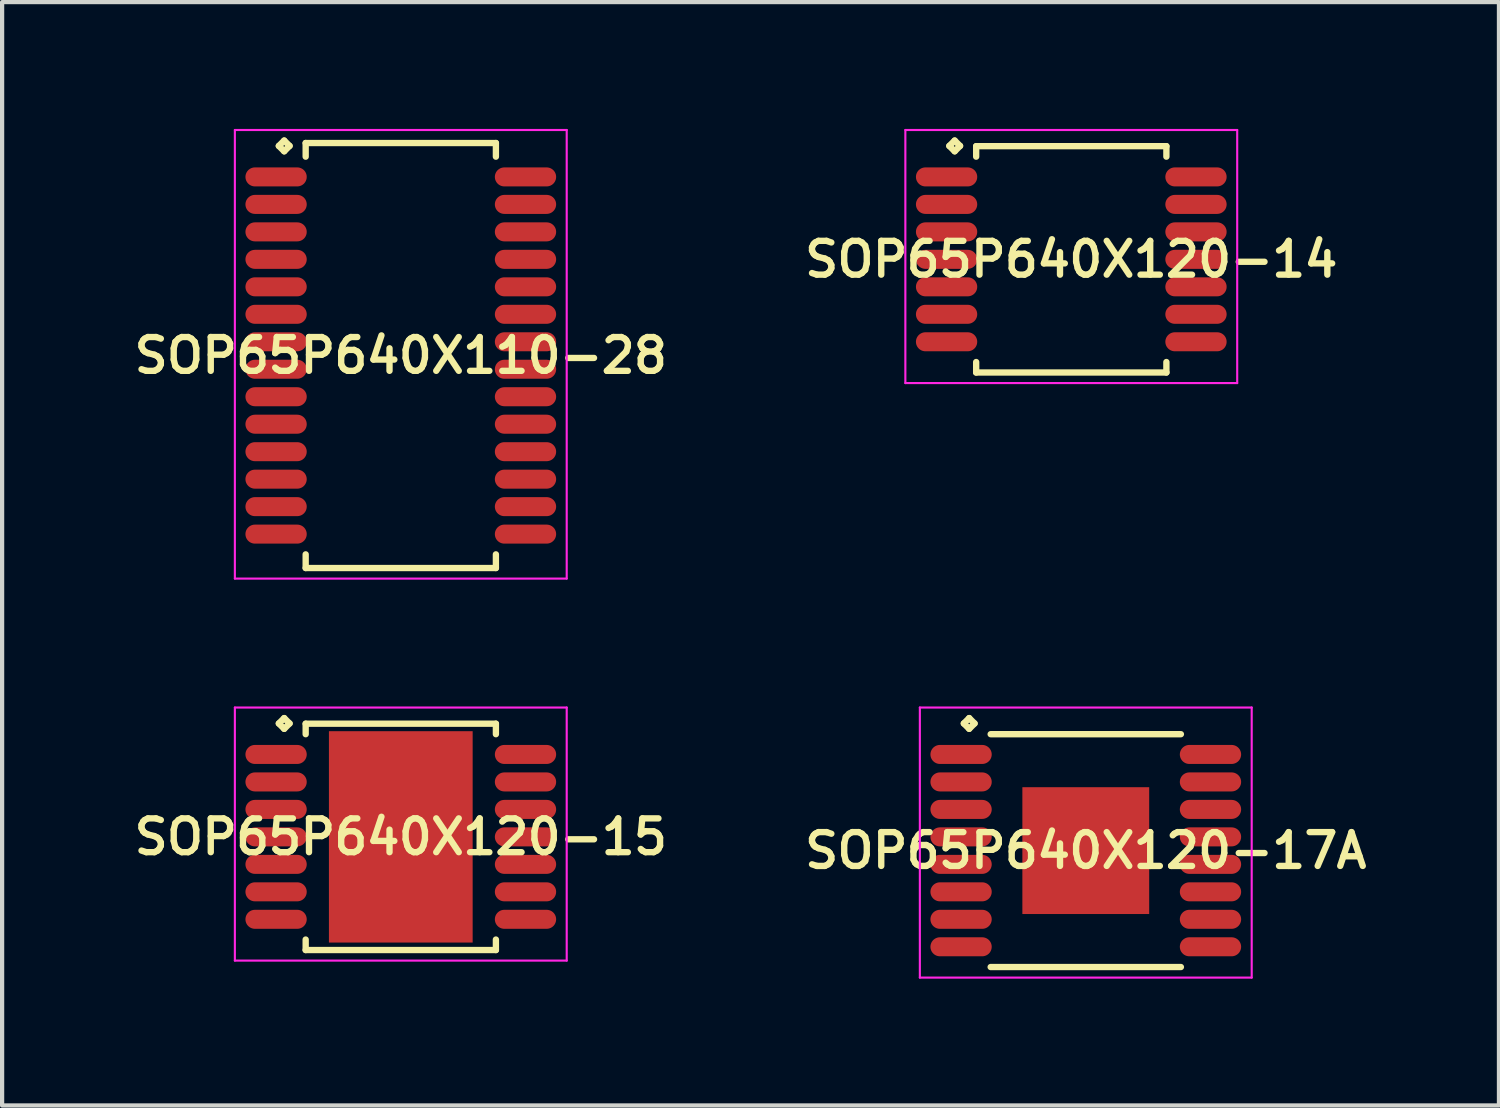
<source format=kicad_pcb>
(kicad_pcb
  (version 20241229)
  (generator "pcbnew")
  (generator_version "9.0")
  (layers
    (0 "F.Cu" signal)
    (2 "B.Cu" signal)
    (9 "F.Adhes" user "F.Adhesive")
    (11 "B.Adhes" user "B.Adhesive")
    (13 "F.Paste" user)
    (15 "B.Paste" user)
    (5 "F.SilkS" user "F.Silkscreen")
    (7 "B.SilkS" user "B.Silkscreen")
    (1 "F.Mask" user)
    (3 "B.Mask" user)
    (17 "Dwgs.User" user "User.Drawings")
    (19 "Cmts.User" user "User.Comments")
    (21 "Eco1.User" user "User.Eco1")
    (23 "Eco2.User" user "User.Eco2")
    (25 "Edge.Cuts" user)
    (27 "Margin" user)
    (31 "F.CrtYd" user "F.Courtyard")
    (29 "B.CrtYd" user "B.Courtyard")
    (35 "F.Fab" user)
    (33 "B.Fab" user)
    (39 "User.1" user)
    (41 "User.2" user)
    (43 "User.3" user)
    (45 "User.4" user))
  (footprint "SOP65P640X120-15"
    (layer "F.Cu")
    (at 6.431 16.747)
    (property "Reference" "SOP65P640X120-15" (at 0 0 0) (layer "F.SilkS") (effects (font (size 0.8 0.8) (thickness 0.15))))
    (attr smd)
    (fp_line (start -2.885 -2.683) (end -2.758 -2.81) (stroke (width 0.15) (type solid)) (layer "F.SilkS"))
    (fp_line (start -2.758 -2.81) (end -2.631 -2.683) (stroke (width 0.15) (type solid)) (layer "F.SilkS"))
    (fp_line (start -2.758 -2.556) (end -2.885 -2.683) (stroke (width 0.15) (type solid)) (layer "F.SilkS"))
    (fp_line (start -2.631 -2.683) (end -2.758 -2.556) (stroke (width 0.15) (type solid)) (layer "F.SilkS"))
    (fp_line (start -2.25 -2.677) (end 2.25 -2.677) (stroke (width 0.15) (type solid)) (layer "F.SilkS"))
    (fp_line (start -2.25 -2.429) (end -2.25 -2.677) (stroke (width 0.15) (type solid)) (layer "F.SilkS"))
    (fp_line (start -2.25 2.429) (end -2.25 2.677) (stroke (width 0.15) (type solid)) (layer "F.SilkS"))
    (fp_line (start -2.25 2.677) (end 2.25 2.677) (stroke (width 0.15) (type solid)) (layer "F.SilkS"))
    (fp_line (start 2.25 -2.677) (end 2.25 -2.429) (stroke (width 0.15) (type solid)) (layer "F.SilkS"))
    (fp_line (start 2.25 2.677) (end 2.25 2.429) (stroke (width 0.15) (type solid)) (layer "F.SilkS"))
    (fp_line (start -3.925 -3.06) (end 3.925 -3.06) (stroke (width 0.05) (type solid)) (layer "F.CrtYd"))
    (fp_line (start -3.925 2.927) (end -3.925 -3.06) (stroke (width 0.05) (type solid)) (layer "F.CrtYd"))
    (fp_line (start 3.925 -3.06) (end 3.925 2.927) (stroke (width 0.05) (type solid)) (layer "F.CrtYd"))
    (fp_line (start 3.925 2.927) (end -3.925 2.927) (stroke (width 0.05) (type solid)) (layer "F.CrtYd"))
    (pad "1" smd oval (at -2.95 -1.95) (size 1.45 0.45) (layers "F.Cu" "F.Mask" "F.Paste"))
    (pad "2" smd oval (at -2.95 -1.3) (size 1.45 0.45) (layers "F.Cu" "F.Mask" "F.Paste"))
    (pad "3" smd oval (at -2.95 -0.65) (size 1.45 0.45) (layers "F.Cu" "F.Mask" "F.Paste"))
    (pad "4" smd oval (at -2.95 0) (size 1.45 0.45) (layers "F.Cu" "F.Mask" "F.Paste"))
    (pad "5" smd oval (at -2.95 0.65) (size 1.45 0.45) (layers "F.Cu" "F.Mask" "F.Paste"))
    (pad "6" smd oval (at -2.95 1.3) (size 1.45 0.45) (layers "F.Cu" "F.Mask" "F.Paste"))
    (pad "7" smd oval (at -2.95 1.95) (size 1.45 0.45) (layers "F.Cu" "F.Mask" "F.Paste"))
    (pad "8" smd oval (at 2.95 1.95) (size 1.45 0.45) (layers "F.Cu" "F.Mask" "F.Paste"))
    (pad "9" smd oval (at 2.95 1.3) (size 1.45 0.45) (layers "F.Cu" "F.Mask" "F.Paste"))
    (pad "10" smd oval (at 2.95 0.65) (size 1.45 0.45) (layers "F.Cu" "F.Mask" "F.Paste"))
    (pad "11" smd oval (at 2.95 0) (size 1.45 0.45) (layers "F.Cu" "F.Mask" "F.Paste"))
    (pad "12" smd oval (at 2.95 -0.65) (size 1.45 0.45) (layers "F.Cu" "F.Mask" "F.Paste"))
    (pad "13" smd oval (at 2.95 -1.3) (size 1.45 0.45) (layers "F.Cu" "F.Mask" "F.Paste"))
    (pad "14" smd oval (at 2.95 -1.95) (size 1.45 0.45) (layers "F.Cu" "F.Mask" "F.Paste"))
    (pad "15" smd rect (at 0 0) (size 3.4 5) (layers "F.Cu" "F.Mask" "F.Paste")))
  (footprint "SOP65P640X120-17A"
    (layer "F.Cu")
    (at 22.635 17.072)
    (property "Reference" "SOP65P640X120-17A" (at 0 0 0) (layer "F.SilkS") (effects (font (size 0.8 0.8) (thickness 0.15))))
    (attr smd)
    (fp_line (start -2.885 -3.008) (end -2.758 -3.135) (stroke (width 0.15) (type solid)) (layer "F.SilkS"))
    (fp_line (start -2.758 -3.135) (end -2.631 -3.008) (stroke (width 0.15) (type solid)) (layer "F.SilkS"))
    (fp_line (start -2.758 -2.881) (end -2.885 -3.008) (stroke (width 0.15) (type solid)) (layer "F.SilkS"))
    (fp_line (start -2.631 -3.008) (end -2.758 -2.881) (stroke (width 0.15) (type solid)) (layer "F.SilkS"))
    (fp_line (start -2.25 -2.754) (end 2.25 -2.754) (stroke (width 0.15) (type solid)) (layer "F.SilkS"))
    (fp_line (start -2.25 2.754) (end 2.25 2.754) (stroke (width 0.15) (type solid)) (layer "F.SilkS"))
    (fp_line (start -3.925 -3.385) (end 3.925 -3.385) (stroke (width 0.05) (type solid)) (layer "F.CrtYd"))
    (fp_line (start -3.925 3.004) (end -3.925 -3.385) (stroke (width 0.05) (type solid)) (layer "F.CrtYd"))
    (fp_line (start 3.925 -3.385) (end 3.925 3.004) (stroke (width 0.05) (type solid)) (layer "F.CrtYd"))
    (fp_line (start 3.925 3.004) (end -3.925 3.004) (stroke (width 0.05) (type solid)) (layer "F.CrtYd"))
    (pad "1" smd oval (at -2.95 -2.275) (size 1.45 0.45) (layers "F.Cu" "F.Mask" "F.Paste"))
    (pad "2" smd oval (at -2.95 -1.625) (size 1.45 0.45) (layers "F.Cu" "F.Mask" "F.Paste"))
    (pad "3" smd oval (at -2.95 -0.975) (size 1.45 0.45) (layers "F.Cu" "F.Mask" "F.Paste"))
    (pad "4" smd oval (at -2.95 -0.325) (size 1.45 0.45) (layers "F.Cu" "F.Mask" "F.Paste"))
    (pad "5" smd oval (at -2.95 0.325) (size 1.45 0.45) (layers "F.Cu" "F.Mask" "F.Paste"))
    (pad "6" smd oval (at -2.95 0.975) (size 1.45 0.45) (layers "F.Cu" "F.Mask" "F.Paste"))
    (pad "7" smd oval (at -2.95 1.625) (size 1.45 0.45) (layers "F.Cu" "F.Mask" "F.Paste"))
    (pad "8" smd oval (at -2.95 2.275) (size 1.45 0.45) (layers "F.Cu" "F.Mask" "F.Paste"))
    (pad "9" smd oval (at 2.95 2.275) (size 1.45 0.45) (layers "F.Cu" "F.Mask" "F.Paste"))
    (pad "10" smd oval (at 2.95 1.625) (size 1.45 0.45) (layers "F.Cu" "F.Mask" "F.Paste"))
    (pad "11" smd oval (at 2.95 0.975) (size 1.45 0.45) (layers "F.Cu" "F.Mask" "F.Paste"))
    (pad "12" smd oval (at 2.95 0.325) (size 1.45 0.45) (layers "F.Cu" "F.Mask" "F.Paste"))
    (pad "13" smd oval (at 2.95 -0.325) (size 1.45 0.45) (layers "F.Cu" "F.Mask" "F.Paste"))
    (pad "14" smd oval (at 2.95 -0.975) (size 1.45 0.45) (layers "F.Cu" "F.Mask" "F.Paste"))
    (pad "15" smd oval (at 2.95 -1.625) (size 1.45 0.45) (layers "F.Cu" "F.Mask" "F.Paste"))
    (pad "16" smd oval (at 2.95 -2.275) (size 1.45 0.45) (layers "F.Cu" "F.Mask" "F.Paste"))
    (pad "17" smd rect (at 0 0) (size 3 3) (layers "F.Cu" "F.Mask" "F.Paste")))
  (footprint "SOP65P640X110-28"
    (layer "F.Cu")
    (at 6.431 5.36)
    (property "Reference" "SOP65P640X110-28" (at 0 0 0) (layer "F.SilkS") (effects (font (size 0.8 0.8) (thickness 0.15))))
    (attr smd)
    (fp_line (start -2.885 -4.958) (end -2.758 -5.085) (stroke (width 0.15) (type solid)) (layer "F.SilkS"))
    (fp_line (start -2.758 -5.085) (end -2.631 -4.958) (stroke (width 0.15) (type solid)) (layer "F.SilkS"))
    (fp_line (start -2.758 -4.831) (end -2.885 -4.958) (stroke (width 0.15) (type solid)) (layer "F.SilkS"))
    (fp_line (start -2.631 -4.958) (end -2.758 -4.831) (stroke (width 0.15) (type solid)) (layer "F.SilkS"))
    (fp_line (start -2.25 -5.027) (end 2.25 -5.027) (stroke (width 0.15) (type solid)) (layer "F.SilkS"))
    (fp_line (start -2.25 -4.704) (end -2.25 -5.027) (stroke (width 0.15) (type solid)) (layer "F.SilkS"))
    (fp_line (start -2.25 4.704) (end -2.25 5.027) (stroke (width 0.15) (type solid)) (layer "F.SilkS"))
    (fp_line (start -2.25 5.027) (end 2.25 5.027) (stroke (width 0.15) (type solid)) (layer "F.SilkS"))
    (fp_line (start 2.25 -5.027) (end 2.25 -4.704) (stroke (width 0.15) (type solid)) (layer "F.SilkS"))
    (fp_line (start 2.25 5.027) (end 2.25 4.704) (stroke (width 0.15) (type solid)) (layer "F.SilkS"))
    (fp_line (start -3.925 -5.335) (end 3.925 -5.335) (stroke (width 0.05) (type solid)) (layer "F.CrtYd"))
    (fp_line (start -3.925 5.277) (end -3.925 -5.335) (stroke (width 0.05) (type solid)) (layer "F.CrtYd"))
    (fp_line (start 3.925 -5.335) (end 3.925 5.277) (stroke (width 0.05) (type solid)) (layer "F.CrtYd"))
    (fp_line (start 3.925 5.277) (end -3.925 5.277) (stroke (width 0.05) (type solid)) (layer "F.CrtYd"))
    (pad "1" smd oval (at -2.95 -4.225) (size 1.45 0.45) (layers "F.Cu" "F.Mask" "F.Paste"))
    (pad "2" smd oval (at -2.95 -3.575) (size 1.45 0.45) (layers "F.Cu" "F.Mask" "F.Paste"))
    (pad "3" smd oval (at -2.95 -2.925) (size 1.45 0.45) (layers "F.Cu" "F.Mask" "F.Paste"))
    (pad "4" smd oval (at -2.95 -2.275) (size 1.45 0.45) (layers "F.Cu" "F.Mask" "F.Paste"))
    (pad "5" smd oval (at -2.95 -1.625) (size 1.45 0.45) (layers "F.Cu" "F.Mask" "F.Paste"))
    (pad "6" smd oval (at -2.95 -0.975) (size 1.45 0.45) (layers "F.Cu" "F.Mask" "F.Paste"))
    (pad "7" smd oval (at -2.95 -0.325) (size 1.45 0.45) (layers "F.Cu" "F.Mask" "F.Paste"))
    (pad "8" smd oval (at -2.95 0.325) (size 1.45 0.45) (layers "F.Cu" "F.Mask" "F.Paste"))
    (pad "9" smd oval (at -2.95 0.975) (size 1.45 0.45) (layers "F.Cu" "F.Mask" "F.Paste"))
    (pad "10" smd oval (at -2.95 1.625) (size 1.45 0.45) (layers "F.Cu" "F.Mask" "F.Paste"))
    (pad "11" smd oval (at -2.95 2.275) (size 1.45 0.45) (layers "F.Cu" "F.Mask" "F.Paste"))
    (pad "12" smd oval (at -2.95 2.925) (size 1.45 0.45) (layers "F.Cu" "F.Mask" "F.Paste"))
    (pad "13" smd oval (at -2.95 3.575) (size 1.45 0.45) (layers "F.Cu" "F.Mask" "F.Paste"))
    (pad "14" smd oval (at -2.95 4.225) (size 1.45 0.45) (layers "F.Cu" "F.Mask" "F.Paste"))
    (pad "15" smd oval (at 2.95 4.225) (size 1.45 0.45) (layers "F.Cu" "F.Mask" "F.Paste"))
    (pad "16" smd oval (at 2.95 3.575) (size 1.45 0.45) (layers "F.Cu" "F.Mask" "F.Paste"))
    (pad "17" smd oval (at 2.95 2.925) (size 1.45 0.45) (layers "F.Cu" "F.Mask" "F.Paste"))
    (pad "18" smd oval (at 2.95 2.275) (size 1.45 0.45) (layers "F.Cu" "F.Mask" "F.Paste"))
    (pad "19" smd oval (at 2.95 1.625) (size 1.45 0.45) (layers "F.Cu" "F.Mask" "F.Paste"))
    (pad "20" smd oval (at 2.95 0.975) (size 1.45 0.45) (layers "F.Cu" "F.Mask" "F.Paste"))
    (pad "21" smd oval (at 2.95 0.325) (size 1.45 0.45) (layers "F.Cu" "F.Mask" "F.Paste"))
    (pad "22" smd oval (at 2.95 -0.325) (size 1.45 0.45) (layers "F.Cu" "F.Mask" "F.Paste"))
    (pad "23" smd oval (at 2.95 -0.975) (size 1.45 0.45) (layers "F.Cu" "F.Mask" "F.Paste"))
    (pad "24" smd oval (at 2.95 -1.625) (size 1.45 0.45) (layers "F.Cu" "F.Mask" "F.Paste"))
    (pad "25" smd oval (at 2.95 -2.275) (size 1.45 0.45) (layers "F.Cu" "F.Mask" "F.Paste"))
    (pad "26" smd oval (at 2.95 -2.925) (size 1.45 0.45) (layers "F.Cu" "F.Mask" "F.Paste"))
    (pad "27" smd oval (at 2.95 -3.575) (size 1.45 0.45) (layers "F.Cu" "F.Mask" "F.Paste"))
    (pad "28" smd oval (at 2.95 -4.225) (size 1.45 0.45) (layers "F.Cu" "F.Mask" "F.Paste")))
  (footprint "SOP65P640X120-14"
    (layer "F.Cu")
    (at 22.292 3.085)
    (property "Reference" "SOP65P640X120-14" (at 0 0 0) (layer "F.SilkS") (effects (font (size 0.8 0.8) (thickness 0.15))))
    (attr smd)
    (fp_line (start -2.885 -2.683) (end -2.758 -2.81) (stroke (width 0.15) (type solid)) (layer "F.SilkS"))
    (fp_line (start -2.758 -2.81) (end -2.631 -2.683) (stroke (width 0.15) (type solid)) (layer "F.SilkS"))
    (fp_line (start -2.758 -2.556) (end -2.885 -2.683) (stroke (width 0.15) (type solid)) (layer "F.SilkS"))
    (fp_line (start -2.631 -2.683) (end -2.758 -2.556) (stroke (width 0.15) (type solid)) (layer "F.SilkS"))
    (fp_line (start -2.25 -2.677) (end 2.25 -2.677) (stroke (width 0.15) (type solid)) (layer "F.SilkS"))
    (fp_line (start -2.25 -2.429) (end -2.25 -2.677) (stroke (width 0.15) (type solid)) (layer "F.SilkS"))
    (fp_line (start -2.25 2.429) (end -2.25 2.677) (stroke (width 0.15) (type solid)) (layer "F.SilkS"))
    (fp_line (start -2.25 2.677) (end 2.25 2.677) (stroke (width 0.15) (type solid)) (layer "F.SilkS"))
    (fp_line (start 2.25 -2.677) (end 2.25 -2.429) (stroke (width 0.15) (type solid)) (layer "F.SilkS"))
    (fp_line (start 2.25 2.677) (end 2.25 2.429) (stroke (width 0.15) (type solid)) (layer "F.SilkS"))
    (fp_line (start -3.925 -3.06) (end 3.925 -3.06) (stroke (width 0.05) (type solid)) (layer "F.CrtYd"))
    (fp_line (start -3.925 2.927) (end -3.925 -3.06) (stroke (width 0.05) (type solid)) (layer "F.CrtYd"))
    (fp_line (start 3.925 -3.06) (end 3.925 2.927) (stroke (width 0.05) (type solid)) (layer "F.CrtYd"))
    (fp_line (start 3.925 2.927) (end -3.925 2.927) (stroke (width 0.05) (type solid)) (layer "F.CrtYd"))
    (pad "1" smd oval (at -2.95 -1.95) (size 1.45 0.45) (layers "F.Cu" "F.Mask" "F.Paste"))
    (pad "2" smd oval (at -2.95 -1.3) (size 1.45 0.45) (layers "F.Cu" "F.Mask" "F.Paste"))
    (pad "3" smd oval (at -2.95 -0.65) (size 1.45 0.45) (layers "F.Cu" "F.Mask" "F.Paste"))
    (pad "4" smd oval (at -2.95 0) (size 1.45 0.45) (layers "F.Cu" "F.Mask" "F.Paste"))
    (pad "5" smd oval (at -2.95 0.65) (size 1.45 0.45) (layers "F.Cu" "F.Mask" "F.Paste"))
    (pad "6" smd oval (at -2.95 1.3) (size 1.45 0.45) (layers "F.Cu" "F.Mask" "F.Paste"))
    (pad "7" smd oval (at -2.95 1.95) (size 1.45 0.45) (layers "F.Cu" "F.Mask" "F.Paste"))
    (pad "8" smd oval (at 2.95 1.95) (size 1.45 0.45) (layers "F.Cu" "F.Mask" "F.Paste"))
    (pad "9" smd oval (at 2.95 1.3) (size 1.45 0.45) (layers "F.Cu" "F.Mask" "F.Paste"))
    (pad "10" smd oval (at 2.95 0.65) (size 1.45 0.45) (layers "F.Cu" "F.Mask" "F.Paste"))
    (pad "11" smd oval (at 2.95 0) (size 1.45 0.45) (layers "F.Cu" "F.Mask" "F.Paste"))
    (pad "12" smd oval (at 2.95 -0.65) (size 1.45 0.45) (layers "F.Cu" "F.Mask" "F.Paste"))
    (pad "13" smd oval (at 2.95 -1.3) (size 1.45 0.45) (layers "F.Cu" "F.Mask" "F.Paste"))
    (pad "14" smd oval (at 2.95 -1.95) (size 1.45 0.45) (layers "F.Cu" "F.Mask" "F.Paste")))
  (gr_rect
    (start -3 -3)
    (end 32.409 23.101)
    (stroke (width 0.1) (type default))
    (fill no)
    (layer "Edge.Cuts")))
</source>
